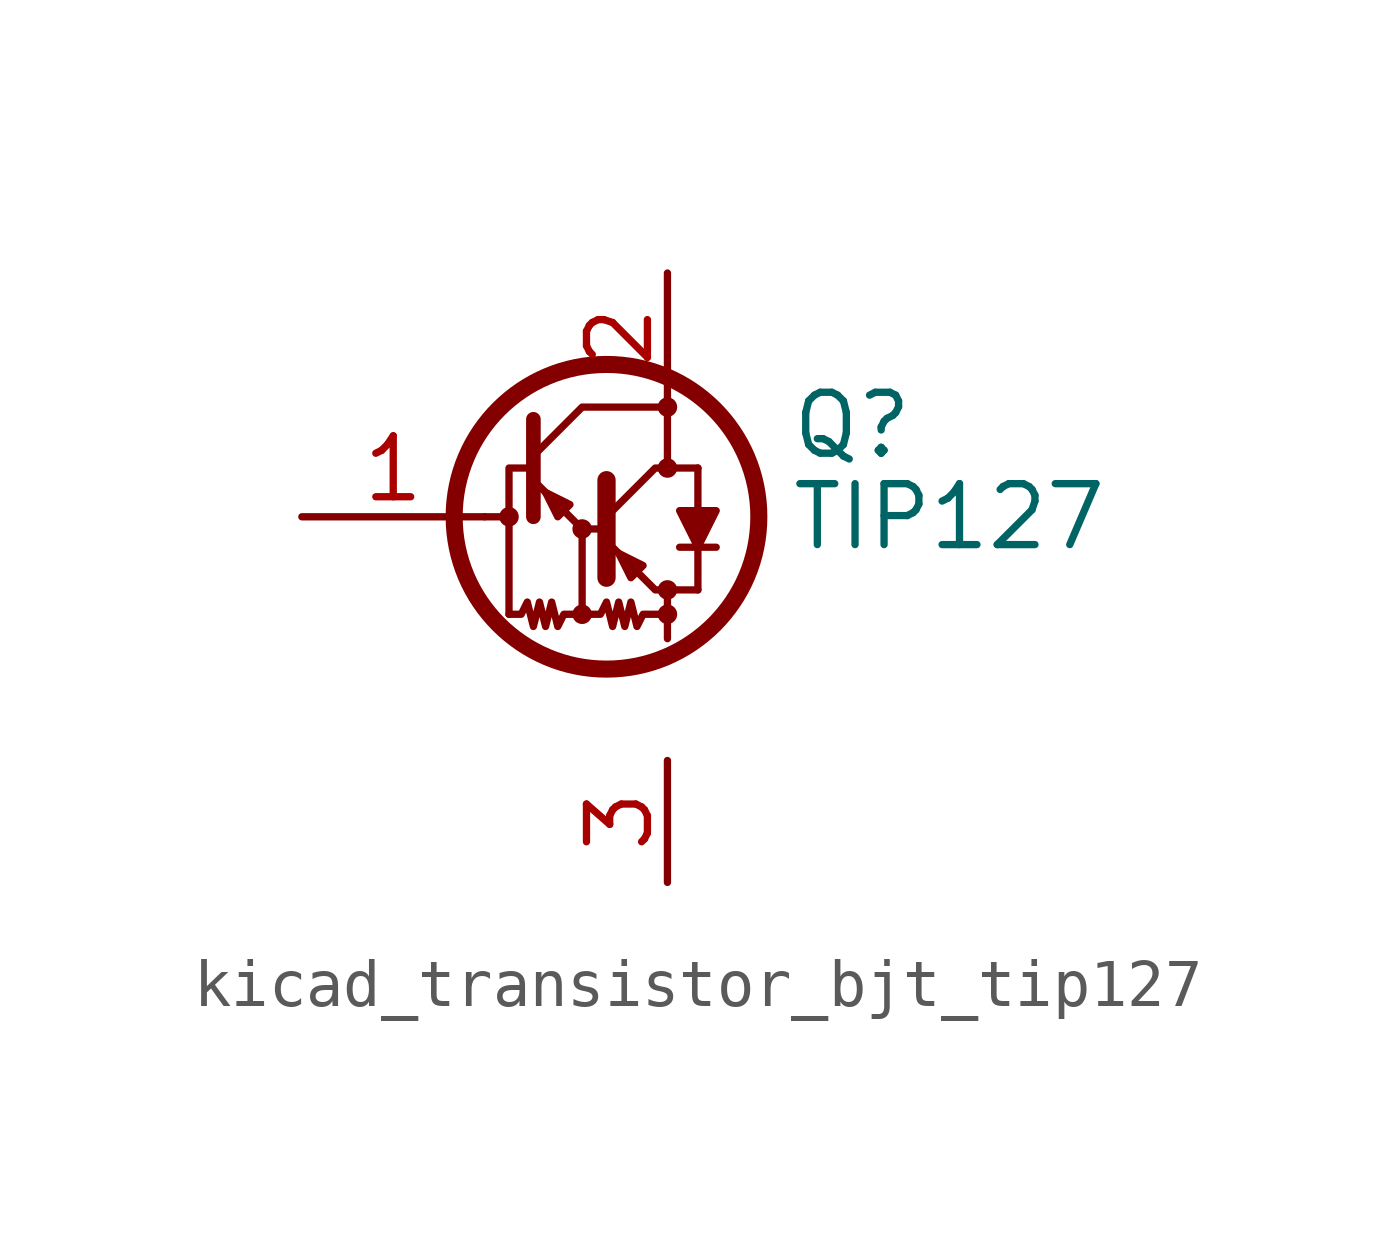
<source format=kicad_sym>
(kicad_symbol_lib
  (version 20220914)
  (generator kicad_symbol_editor)
  (symbol "kicad_transistor_bjt_tip127"
    (pin_names
      (offset 0) hide)
    (property "Reference" "Q"
      (at 5.08 1.905 0)
      (effects (font (size 1.27 1.27)) (justify left)))
    (property "Value" "TIP127"
      (at 5.08 0 0)
      (effects (font (size 1.27 1.27)) (justify left)))
    (symbol "kicad_transistor_bjt_tip127_0_1"
      (circle (center -0.762 0) (radius 0.127) (stroke (width 0) (type default)) (fill (type none)))
      (polyline (pts (xy -1.27 0) (xy -0.889 0)) (stroke (width 0) (type default)) (fill (type none)))
      (polyline (pts (xy 2.54 -2.032) (xy 2.54 -2.54)) (stroke (width 0) (type default)) (fill (type none)))
      (polyline (pts (xy 2.54 -1.524) (xy 3.175 -1.524)) (stroke (width 0) (type default)) (fill (type none)))
      (polyline (pts (xy 2.794 -0.635) (xy 3.556 -0.635)) (stroke (width 0) (type default)) (fill (type none)))
      (polyline (pts (xy 3.175 -1.524) (xy 3.175 -0.635)) (stroke (width 0) (type default)) (fill (type none)))
      (polyline (pts (xy 3.175 0.127) (xy 3.175 1.016)) (stroke (width 0) (type default)) (fill (type none)))
      (polyline (pts (xy 3.175 1.016) (xy 2.54 1.016)) (stroke (width 0) (type default)) (fill (type none)))
      (polyline (pts (xy -0.254 0.762) (xy 0.762 -0.254) (xy 1.27 -0.254)) (stroke (width 0) (type default)) (fill (type none)))
      (polyline (pts (xy -0.254 1.016) (xy -0.762 1.016) (xy -0.762 -2.032)) (stroke (width 0) (type default)) (fill (type none)))
      (polyline (pts (xy -0.254 1.27) (xy 0.762 2.286) (xy 2.54 2.286)) (stroke (width 0) (type default)) (fill (type none)))
      (polyline (pts (xy -0.254 2.032) (xy -0.254 0) (xy -0.254 0)) (stroke (width 0.305) (type default)) (fill (type none)))
      (polyline (pts (xy 1.27 0.762) (xy 1.27 -1.27) (xy 1.27 -1.27)) (stroke (width 0.381) (type default)) (fill (type none)))
      (polyline (pts (xy 0 0.508) (xy 0.254 0) (xy 0.508 0.254) (xy 0 0.508)) (stroke (width 0) (type default)) (fill (type none)))
      (polyline (pts (xy 1.27 -0.508) (xy 2.286 -1.524) (xy 2.54 -1.524) (xy 2.54 -2.032)) (stroke (width 0) (type default)) (fill (type none)))
      (polyline (pts (xy 1.27 0) (xy 2.286 1.016) (xy 2.54 1.016) (xy 2.54 2.286)) (stroke (width 0) (type default)) (fill (type none)))
      (polyline (pts (xy 1.524 -0.762) (xy 1.778 -1.27) (xy 2.032 -1.016) (xy 1.524 -0.762)) (stroke (width 0) (type default)) (fill (type none)))
      (polyline (pts (xy 3.175 -0.635) (xy 2.794 0.127) (xy 3.556 0.127) (xy 3.175 -0.635)) (stroke (width 0) (type default)) (fill (type outline)))
      (polyline (pts (xy 0.762 -2.032) (xy 0.381 -2.032) (xy 0.254 -2.286) (xy 0.127 -1.778) (xy 0 -2.286) (xy -0.127 -1.778) (xy -0.254 -2.286) (xy -0.381 -1.778) (xy -0.508 -2.032) (xy -0.762 -2.032)) (stroke (width 0) (type default)) (fill (type none)))
      (polyline (pts (xy 0.762 -0.254) (xy 0.762 -2.032) (xy 1.143 -2.032) (xy 1.27 -1.778) (xy 1.397 -2.286) (xy 1.524 -1.778) (xy 1.651 -2.286) (xy 1.778 -1.778) (xy 1.905 -2.286) (xy 2.032 -2.032) (xy 2.54 -2.032)) (stroke (width 0) (type default)) (fill (type none)))
      (circle (center 0.762 -2.032) (radius 0.127) (stroke (width 0) (type default)) (fill (type none)))
      (circle (center 0.762 -0.254) (radius 0.127) (stroke (width 0) (type default)) (fill (type none)))
      (circle (center 1.27 0) (radius 3.175) (stroke (width 0.356) (type default)) (fill (type none)))
      (circle (center 2.54 -2.032) (radius 0.127) (stroke (width 0) (type default)) (fill (type none)))
      (circle (center 2.54 -1.524) (radius 0.127) (stroke (width 0) (type default)) (fill (type none)))
      (circle (center 2.54 1.016) (radius 0.127) (stroke (width 0) (type default)) (fill (type none)))
      (circle (center 2.54 2.286) (radius 0.127) (stroke (width 0) (type default)) (fill (type none))))
    (symbol "kicad_transistor_bjt_tip127_1_1"
      (pin input line (at -5.08 0 0) (length 3.81) (name "B" (effects (font (size 1.27 1.27)))) (number "1" (effects (font (size 1.27 1.27)))))
      (pin passive line (at 2.54 5.08 270) (length 2.667) (name "C" (effects (font (size 1.27 1.27)))) (number "2" (effects (font (size 1.27 1.27)))))
      (pin passive line (at 2.54 -5.08 270) (length 2.54) (name "E" (effects (font (size 1.27 1.27)))) (number "3" (effects (font (size 1.27 1.27))))))))
</source>
